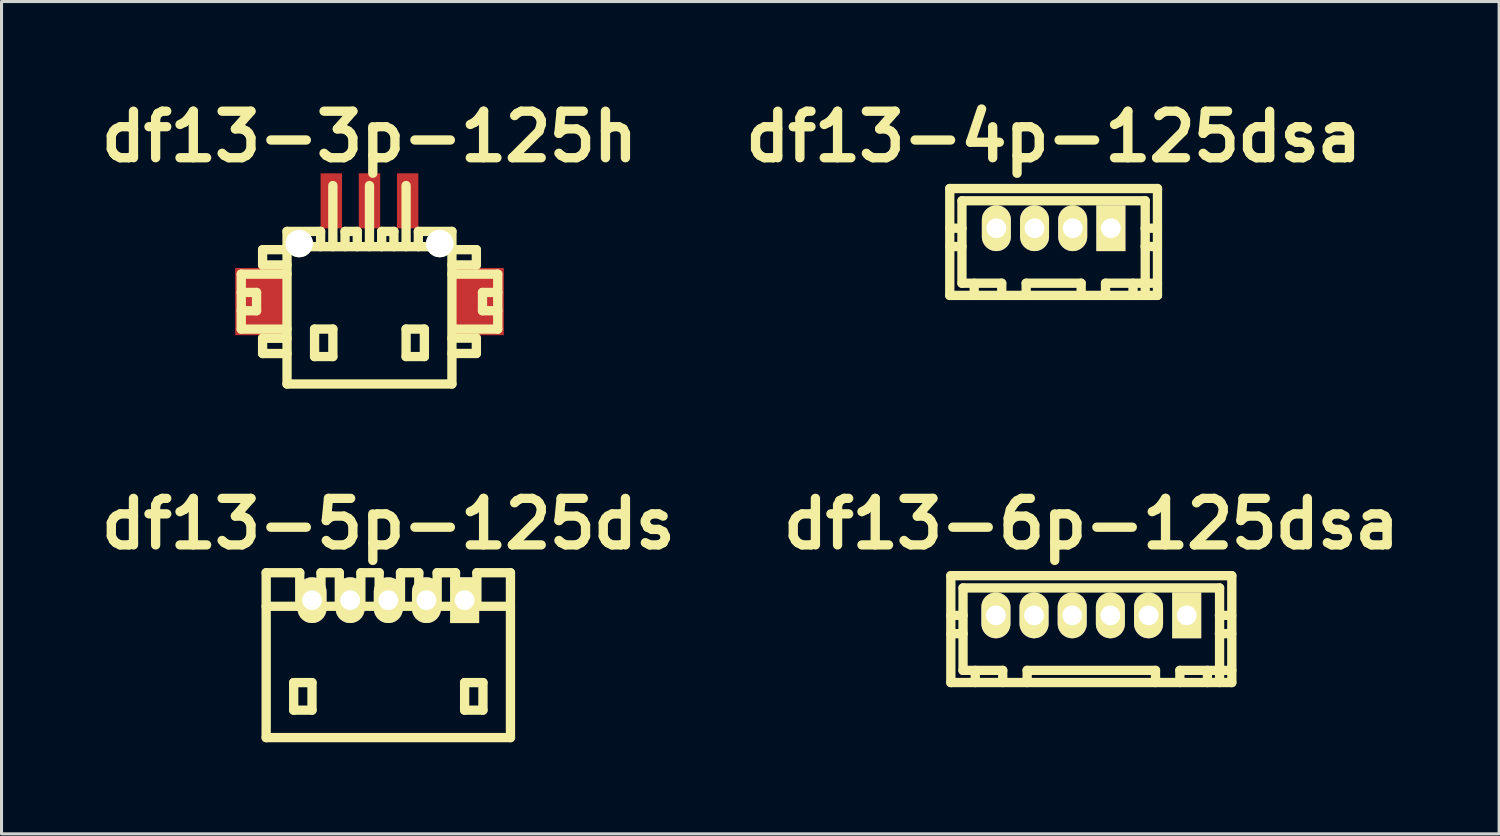
<source format=kicad_pcb>
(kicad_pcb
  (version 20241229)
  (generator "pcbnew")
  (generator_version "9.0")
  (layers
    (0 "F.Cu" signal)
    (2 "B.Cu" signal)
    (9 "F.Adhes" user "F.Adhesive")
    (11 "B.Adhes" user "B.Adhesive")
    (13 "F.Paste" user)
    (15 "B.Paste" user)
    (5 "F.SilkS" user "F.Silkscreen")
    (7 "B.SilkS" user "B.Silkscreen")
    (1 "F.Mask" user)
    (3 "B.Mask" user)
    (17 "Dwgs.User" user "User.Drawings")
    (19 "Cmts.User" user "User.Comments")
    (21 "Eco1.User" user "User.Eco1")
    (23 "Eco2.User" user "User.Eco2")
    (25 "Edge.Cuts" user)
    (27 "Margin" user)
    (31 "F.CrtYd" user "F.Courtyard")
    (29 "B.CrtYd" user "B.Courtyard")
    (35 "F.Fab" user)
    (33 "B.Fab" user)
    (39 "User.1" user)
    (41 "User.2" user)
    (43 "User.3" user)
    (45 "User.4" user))
  (footprint "df13-5p-125ds"
    (layer "F.Cu")
    (at 9.667 18.406)
    (property "Reference" "df13-5p-125ds" (at 0 -4.3 0) (layer "F.SilkS") (effects (font (size 1.524 1.524) (thickness 0.305))))
    (attr through_hole)
    (fp_line (start -4 2.7) (end -4 -2.7) (stroke (width 0.305) (type solid)) (layer "F.SilkS"))
    (fp_line (start -4 2.7) (end 4 2.7) (stroke (width 0.305) (type solid)) (layer "F.SilkS"))
    (fp_line (start -3.099 0.899) (end -3.099 1.801) (stroke (width 0.305) (type solid)) (layer "F.SilkS"))
    (fp_line (start -3.099 1.801) (end -2.499 1.801) (stroke (width 0.305) (type solid)) (layer "F.SilkS"))
    (fp_line (start -2.901 -2.7) (end -4 -2.7) (stroke (width 0.305) (type solid)) (layer "F.SilkS"))
    (fp_line (start -2.901 -1.6) (end -2.901 -2.7) (stroke (width 0.305) (type solid)) (layer "F.SilkS"))
    (fp_line (start -2.499 0.899) (end -3.099 0.899) (stroke (width 0.305) (type solid)) (layer "F.SilkS"))
    (fp_line (start -2.499 1.801) (end -2.499 0.899) (stroke (width 0.305) (type solid)) (layer "F.SilkS"))
    (fp_line (start -2.205 -1.6) (end -2.205 -2.7) (stroke (width 0.305) (type solid)) (layer "F.SilkS"))
    (fp_line (start -1.605 -2.7) (end -2.205 -2.7) (stroke (width 0.305) (type solid)) (layer "F.SilkS"))
    (fp_line (start -1.605 -1.6) (end -1.605 -2.7) (stroke (width 0.305) (type solid)) (layer "F.SilkS"))
    (fp_line (start -0.899 -2.7) (end -0.3 -2.7) (stroke (width 0.305) (type solid)) (layer "F.SilkS"))
    (fp_line (start -0.899 -1.6) (end -0.899 -2.7) (stroke (width 0.305) (type solid)) (layer "F.SilkS"))
    (fp_line (start -0.3 -2.7) (end -0.3 -1.6) (stroke (width 0.305) (type solid)) (layer "F.SilkS"))
    (fp_line (start 0.399 -2.7) (end 0.998 -2.7) (stroke (width 0.305) (type solid)) (layer "F.SilkS"))
    (fp_line (start 0.399 -1.6) (end 0.399 -2.7) (stroke (width 0.305) (type solid)) (layer "F.SilkS"))
    (fp_line (start 0.998 -2.7) (end 0.998 -1.6) (stroke (width 0.305) (type solid)) (layer "F.SilkS"))
    (fp_line (start 1.6 -2.7) (end 2.2 -2.7) (stroke (width 0.305) (type solid)) (layer "F.SilkS"))
    (fp_line (start 1.6 -1.6) (end 1.6 -2.7) (stroke (width 0.305) (type solid)) (layer "F.SilkS"))
    (fp_line (start 2.2 -2.7) (end 2.2 -1.6) (stroke (width 0.305) (type solid)) (layer "F.SilkS"))
    (fp_line (start 2.499 0.899) (end 3.099 0.899) (stroke (width 0.305) (type solid)) (layer "F.SilkS"))
    (fp_line (start 2.499 1.801) (end 2.499 0.899) (stroke (width 0.305) (type solid)) (layer "F.SilkS"))
    (fp_line (start 2.901 -1.6) (end 2.901 -2.7) (stroke (width 0.305) (type solid)) (layer "F.SilkS"))
    (fp_line (start 3.099 0.899) (end 3.099 1.801) (stroke (width 0.305) (type solid)) (layer "F.SilkS"))
    (fp_line (start 3.099 1.801) (end 2.499 1.801) (stroke (width 0.305) (type solid)) (layer "F.SilkS"))
    (fp_line (start 4 -2.7) (end 2.901 -2.7) (stroke (width 0.305) (type solid)) (layer "F.SilkS"))
    (fp_line (start 4 -1.6) (end -4 -1.6) (stroke (width 0.305) (type solid)) (layer "F.SilkS"))
    (fp_line (start 4 2.7) (end 4 -2.7) (stroke (width 0.305) (type solid)) (layer "F.SilkS"))
    (pad "1" thru_hole rect (at 2.499 -1.801) (size 0.95 1.499) (drill 0.648) (layers "*.Cu" "*.Mask" "F.SilkS"))
    (pad "2" thru_hole oval (at 1.25 -1.801) (size 0.95 1.499) (drill 0.648) (layers "*.Cu" "*.Mask" "F.SilkS"))
    (pad "3" thru_hole oval (at 0 -1.801) (size 0.95 1.499) (drill 0.648) (layers "*.Cu" "*.Mask" "F.SilkS"))
    (pad "4" thru_hole oval (at -1.25 -1.801) (size 0.95 1.499) (drill 0.648) (layers "*.Cu" "*.Mask" "F.SilkS"))
    (pad "5" thru_hole oval (at -2.499 -1.801) (size 0.95 1.499) (drill 0.648) (layers "*.Cu" "*.Mask" "F.SilkS")))
  (footprint "df13-6p-125dsa"
    (layer "F.Cu")
    (at 32.689 17.103)
    (property "Reference" "df13-6p-125dsa" (at 0 -2.997 0) (layer "F.SilkS") (effects (font (size 1.524 1.524) (thickness 0.305))))
    (attr through_hole)
    (fp_line (start -4.6 2.2) (end -4.6 -1.3) (stroke (width 0.305) (type solid)) (layer "F.SilkS"))
    (fp_line (start -4.201 -0.899) (end -4.201 1.801) (stroke (width 0.305) (type solid)) (layer "F.SilkS"))
    (fp_line (start -4.201 -0.899) (end 4.201 -0.899) (stroke (width 0.305) (type solid)) (layer "F.SilkS"))
    (fp_line (start -4.199 0) (end -4.6 0) (stroke (width 0.305) (type solid)) (layer "F.SilkS"))
    (fp_line (start -4.199 0.599) (end -4.6 0.599) (stroke (width 0.305) (type solid)) (layer "F.SilkS"))
    (fp_line (start -3.8 1.801) (end -3.8 2.2) (stroke (width 0.305) (type solid)) (layer "F.SilkS"))
    (fp_line (start -3.2 -0.099) (end -3 -0.099) (stroke (width 0.305) (type solid)) (layer "F.SilkS"))
    (fp_line (start -3.2 0.099) (end -3.2 -0.099) (stroke (width 0.305) (type solid)) (layer "F.SilkS"))
    (fp_line (start -3 -0.099) (end -3 0.099) (stroke (width 0.305) (type solid)) (layer "F.SilkS"))
    (fp_line (start -3 0.099) (end -3.2 0.099) (stroke (width 0.305) (type solid)) (layer "F.SilkS"))
    (fp_line (start -2.901 1.801) (end -4.201 1.801) (stroke (width 0.305) (type solid)) (layer "F.SilkS"))
    (fp_line (start -2.901 1.801) (end -2.901 2.2) (stroke (width 0.305) (type solid)) (layer "F.SilkS"))
    (fp_line (start -2.101 2.2) (end -2.101 1.801) (stroke (width 0.305) (type solid)) (layer "F.SilkS"))
    (fp_line (start -1.999 -0.099) (end -1.801 -0.099) (stroke (width 0.305) (type solid)) (layer "F.SilkS"))
    (fp_line (start -1.999 0.099) (end -1.999 -0.099) (stroke (width 0.305) (type solid)) (layer "F.SilkS"))
    (fp_line (start -1.801 -0.099) (end -1.801 0.099) (stroke (width 0.305) (type solid)) (layer "F.SilkS"))
    (fp_line (start -1.801 0.099) (end -1.999 0.099) (stroke (width 0.305) (type solid)) (layer "F.SilkS"))
    (fp_line (start -0.701 -0.099) (end -0.701 0.099) (stroke (width 0.305) (type solid)) (layer "F.SilkS"))
    (fp_line (start -0.701 0.099) (end -0.5 0.099) (stroke (width 0.305) (type solid)) (layer "F.SilkS"))
    (fp_line (start -0.5 -0.099) (end -0.701 -0.099) (stroke (width 0.305) (type solid)) (layer "F.SilkS"))
    (fp_line (start -0.5 0.099) (end -0.5 -0.099) (stroke (width 0.305) (type solid)) (layer "F.SilkS"))
    (fp_line (start 0.5 -0.099) (end 0.701 -0.099) (stroke (width 0.305) (type solid)) (layer "F.SilkS"))
    (fp_line (start 0.5 0.099) (end 0.5 -0.099) (stroke (width 0.305) (type solid)) (layer "F.SilkS"))
    (fp_line (start 0.701 -0.099) (end 0.701 0.099) (stroke (width 0.305) (type solid)) (layer "F.SilkS"))
    (fp_line (start 0.701 0.099) (end 0.5 0.099) (stroke (width 0.305) (type solid)) (layer "F.SilkS"))
    (fp_line (start 1.801 -0.099) (end 1.801 0.099) (stroke (width 0.305) (type solid)) (layer "F.SilkS"))
    (fp_line (start 1.801 0.099) (end 1.999 0.099) (stroke (width 0.305) (type solid)) (layer "F.SilkS"))
    (fp_line (start 1.999 -0.099) (end 1.801 -0.099) (stroke (width 0.305) (type solid)) (layer "F.SilkS"))
    (fp_line (start 1.999 0.099) (end 1.999 -0.099) (stroke (width 0.305) (type solid)) (layer "F.SilkS"))
    (fp_line (start 2.101 1.801) (end -2.101 1.801) (stroke (width 0.305) (type solid)) (layer "F.SilkS"))
    (fp_line (start 2.103 2.2) (end 2.103 1.801) (stroke (width 0.305) (type solid)) (layer "F.SilkS"))
    (fp_line (start 2.901 1.801) (end 2.901 2.2) (stroke (width 0.305) (type solid)) (layer "F.SilkS"))
    (fp_line (start 2.901 1.801) (end 4.602 1.801) (stroke (width 0.305) (type solid)) (layer "F.SilkS"))
    (fp_line (start 3 -0.099) (end 3.2 -0.099) (stroke (width 0.305) (type solid)) (layer "F.SilkS"))
    (fp_line (start 3 0.099) (end 3 -0.099) (stroke (width 0.305) (type solid)) (layer "F.SilkS"))
    (fp_line (start 3.2 -0.099) (end 3.2 0.099) (stroke (width 0.305) (type solid)) (layer "F.SilkS"))
    (fp_line (start 3.2 0.099) (end 3 0.099) (stroke (width 0.305) (type solid)) (layer "F.SilkS"))
    (fp_line (start 3.802 1.801) (end 3.802 2.2) (stroke (width 0.305) (type solid)) (layer "F.SilkS"))
    (fp_line (start 4.196 0) (end 4.597 0) (stroke (width 0.305) (type solid)) (layer "F.SilkS"))
    (fp_line (start 4.201 -0.899) (end 4.201 2.2) (stroke (width 0.305) (type solid)) (layer "F.SilkS"))
    (fp_line (start 4.597 0.599) (end 4.196 0.599) (stroke (width 0.305) (type solid)) (layer "F.SilkS"))
    (fp_line (start 4.6 -1.3) (end -4.6 -1.3) (stroke (width 0.305) (type solid)) (layer "F.SilkS"))
    (fp_line (start 4.6 2.2) (end -4.6 2.2) (stroke (width 0.305) (type solid)) (layer "F.SilkS"))
    (fp_line (start 4.602 -1.3) (end 4.602 2.2) (stroke (width 0.305) (type solid)) (layer "F.SilkS"))
    (pad "1" thru_hole rect (at 3.124 0) (size 0.95 1.499) (drill 0.648) (layers "*.Cu" "*.Mask" "F.SilkS"))
    (pad "2" thru_hole oval (at 1.875 0) (size 0.95 1.499) (drill 0.648) (layers "*.Cu" "*.Mask" "F.SilkS"))
    (pad "3" thru_hole oval (at 0.625 0) (size 0.95 1.499) (drill 0.648) (layers "*.Cu" "*.Mask" "F.SilkS"))
    (pad "4" thru_hole oval (at -0.625 0) (size 0.95 1.499) (drill 0.648) (layers "*.Cu" "*.Mask" "F.SilkS"))
    (pad "5" thru_hole oval (at -1.875 0) (size 0.95 1.499) (drill 0.648) (layers "*.Cu" "*.Mask" "F.SilkS"))
    (pad "6" thru_hole oval (at -3.124 0) (size 0.95 1.499) (drill 0.648) (layers "*.Cu" "*.Mask" "F.SilkS")))
  (footprint "df13-3p-125h"
    (layer "F.Cu")
    (at 9.05 7.027)
    (property "Reference" "df13-3p-125h" (at 0 -5.601 0) (layer "F.SilkS") (effects (font (size 1.524 1.524) (thickness 0.305))))
    (attr through_hole)
    (fp_line (start -4.199 -1.1) (end -4.199 0.701) (stroke (width 0.305) (type solid)) (layer "F.SilkS"))
    (fp_line (start -4.199 0.701) (end -2.7 0.701) (stroke (width 0.305) (type solid)) (layer "F.SilkS"))
    (fp_line (start -3.698 -0.5) (end -4.199 -0.5) (stroke (width 0.305) (type solid)) (layer "F.SilkS"))
    (fp_line (start -3.698 0.099) (end -4.199 0.099) (stroke (width 0.305) (type solid)) (layer "F.SilkS"))
    (fp_line (start -3.698 0.099) (end -3.698 -0.5) (stroke (width 0.305) (type solid)) (layer "F.SilkS"))
    (fp_line (start -3.5 -1.9) (end -3.5 -1.4) (stroke (width 0.305) (type solid)) (layer "F.SilkS"))
    (fp_line (start -3.5 -1.9) (end -2.7 -1.9) (stroke (width 0.305) (type solid)) (layer "F.SilkS"))
    (fp_line (start -3.5 1.001) (end -3.5 1.501) (stroke (width 0.305) (type solid)) (layer "F.SilkS"))
    (fp_line (start -3.5 1.501) (end -2.7 1.501) (stroke (width 0.305) (type solid)) (layer "F.SilkS"))
    (fp_line (start -2.7 -1.999) (end 2.7 -1.999) (stroke (width 0.305) (type solid)) (layer "F.SilkS"))
    (fp_line (start -2.7 -1.4) (end -3.5 -1.4) (stroke (width 0.305) (type solid)) (layer "F.SilkS"))
    (fp_line (start -2.7 -1.1) (end -4.199 -1.1) (stroke (width 0.305) (type solid)) (layer "F.SilkS"))
    (fp_line (start -2.7 1.001) (end -3.5 1.001) (stroke (width 0.305) (type solid)) (layer "F.SilkS"))
    (fp_line (start -2.7 2.499) (end -2.7 -2.499) (stroke (width 0.305) (type solid)) (layer "F.SilkS"))
    (fp_line (start -2.7 2.499) (end 2.7 2.499) (stroke (width 0.305) (type solid)) (layer "F.SilkS"))
    (fp_line (start -1.798 0.699) (end -1.798 1.6) (stroke (width 0.305) (type solid)) (layer "F.SilkS"))
    (fp_line (start -1.798 1.6) (end -1.199 1.6) (stroke (width 0.305) (type solid)) (layer "F.SilkS"))
    (fp_line (start -1.6 -2.499) (end -2.7 -2.499) (stroke (width 0.305) (type solid)) (layer "F.SilkS"))
    (fp_line (start -1.6 -2.499) (end -1.6 -1.999) (stroke (width 0.305) (type solid)) (layer "F.SilkS"))
    (fp_line (start -1.199 -4) (end -1.199 -1.999) (stroke (width 0.305) (type solid)) (layer "F.SilkS"))
    (fp_line (start -1.199 0.699) (end -1.798 0.699) (stroke (width 0.305) (type solid)) (layer "F.SilkS"))
    (fp_line (start -1.199 1.6) (end -1.199 0.699) (stroke (width 0.305) (type solid)) (layer "F.SilkS"))
    (fp_line (start -0.8 -2.499) (end -0.399 -2.499) (stroke (width 0.305) (type solid)) (layer "F.SilkS"))
    (fp_line (start -0.8 -1.999) (end -0.8 -2.499) (stroke (width 0.305) (type solid)) (layer "F.SilkS"))
    (fp_line (start -0.399 -2.499) (end -0.399 -1.999) (stroke (width 0.305) (type solid)) (layer "F.SilkS"))
    (fp_line (start 0 -1.999) (end 0 -4) (stroke (width 0.305) (type solid)) (layer "F.SilkS"))
    (fp_line (start 0.399 -2.499) (end 0.399 -1.999) (stroke (width 0.305) (type solid)) (layer "F.SilkS"))
    (fp_line (start 0.8 -2.499) (end 0.399 -2.499) (stroke (width 0.305) (type solid)) (layer "F.SilkS"))
    (fp_line (start 0.8 -2.499) (end 0.8 -1.999) (stroke (width 0.305) (type solid)) (layer "F.SilkS"))
    (fp_line (start 1.199 -1.999) (end 1.199 -4) (stroke (width 0.305) (type solid)) (layer "F.SilkS"))
    (fp_line (start 1.199 0.699) (end 1.798 0.699) (stroke (width 0.305) (type solid)) (layer "F.SilkS"))
    (fp_line (start 1.199 1.6) (end 1.199 0.699) (stroke (width 0.305) (type solid)) (layer "F.SilkS"))
    (fp_line (start 1.6 -2.499) (end 1.6 -1.999) (stroke (width 0.305) (type solid)) (layer "F.SilkS"))
    (fp_line (start 1.798 0.699) (end 1.798 1.6) (stroke (width 0.305) (type solid)) (layer "F.SilkS"))
    (fp_line (start 1.798 1.6) (end 1.199 1.6) (stroke (width 0.305) (type solid)) (layer "F.SilkS"))
    (fp_line (start 2.7 -2.499) (end 1.6 -2.499) (stroke (width 0.305) (type solid)) (layer "F.SilkS"))
    (fp_line (start 2.7 -2.499) (end 2.7 2.499) (stroke (width 0.305) (type solid)) (layer "F.SilkS"))
    (fp_line (start 2.7 -1.9) (end 3.5 -1.9) (stroke (width 0.305) (type solid)) (layer "F.SilkS"))
    (fp_line (start 2.7 0.998) (end 3.5 0.998) (stroke (width 0.305) (type solid)) (layer "F.SilkS"))
    (fp_line (start 3.5 -1.9) (end 3.5 -1.4) (stroke (width 0.305) (type solid)) (layer "F.SilkS"))
    (fp_line (start 3.5 -1.4) (end 2.7 -1.4) (stroke (width 0.305) (type solid)) (layer "F.SilkS"))
    (fp_line (start 3.5 0.998) (end 3.5 1.499) (stroke (width 0.305) (type solid)) (layer "F.SilkS"))
    (fp_line (start 3.5 1.499) (end 2.7 1.499) (stroke (width 0.305) (type solid)) (layer "F.SilkS"))
    (fp_line (start 3.701 0.099) (end 3.701 -0.5) (stroke (width 0.305) (type solid)) (layer "F.SilkS"))
    (fp_line (start 4.199 -1.1) (end 2.7 -1.1) (stroke (width 0.305) (type solid)) (layer "F.SilkS"))
    (fp_line (start 4.199 0.701) (end 2.799 0.701) (stroke (width 0.305) (type solid)) (layer "F.SilkS"))
    (fp_line (start 4.201 -1.1) (end 4.201 0.701) (stroke (width 0.305) (type solid)) (layer "F.SilkS"))
    (fp_line (start 4.201 -0.5) (end 3.701 -0.5) (stroke (width 0.305) (type solid)) (layer "F.SilkS"))
    (fp_line (start 4.201 0.099) (end 3.701 0.099) (stroke (width 0.305) (type solid)) (layer "F.SilkS"))
    (pad "" smd rect (at -3.599 -0.201) (size 1.6 2.2) (layers "F.Cu" "F.Mask" "F.Paste"))
    (pad "" np_thru_hole circle (at -2.301 -2.101) (size 0.899 0.899) (drill 0.899) (layers "*.Cu" "*.Mask" "F.SilkS"))
    (pad "" np_thru_hole circle (at 2.301 -2.101) (size 0.899 0.899) (drill 0.899) (layers "*.Cu" "*.Mask" "F.SilkS"))
    (pad "" smd rect (at 3.599 -0.201) (size 1.6 2.2) (layers "F.Cu" "F.Mask" "F.Paste"))
    (pad "1" smd rect (at 1.25 -3.5) (size 0.701 1.801) (layers "F.Cu" "F.Mask" "F.Paste"))
    (pad "2" smd rect (at 0 -3.5) (size 0.701 1.801) (layers "F.Cu" "F.Mask" "F.Paste"))
    (pad "3" smd rect (at -1.25 -3.5) (size 0.701 1.801) (layers "F.Cu" "F.Mask" "F.Paste")))
  (footprint "df13-4p-125dsa"
    (layer "F.Cu")
    (at 31.455 4.424)
    (property "Reference" "df13-4p-125dsa" (at 0 -2.997 0) (layer "F.SilkS") (effects (font (size 1.524 1.524) (thickness 0.305))))
    (attr through_hole)
    (fp_line (start -3.401 -1.3) (end 3.401 -1.3) (stroke (width 0.305) (type solid)) (layer "F.SilkS"))
    (fp_line (start -3.401 2.2) (end -3.401 -1.3) (stroke (width 0.305) (type solid)) (layer "F.SilkS"))
    (fp_line (start -3.002 -0.899) (end -3.002 1.801) (stroke (width 0.305) (type solid)) (layer "F.SilkS"))
    (fp_line (start -3 0) (end -3.401 0) (stroke (width 0.305) (type solid)) (layer "F.SilkS"))
    (fp_line (start -3 0.599) (end -3.401 0.599) (stroke (width 0.305) (type solid)) (layer "F.SilkS"))
    (fp_line (start -2.601 1.801) (end -2.601 2.2) (stroke (width 0.305) (type solid)) (layer "F.SilkS"))
    (fp_line (start -1.999 -0.099) (end -1.801 -0.099) (stroke (width 0.305) (type solid)) (layer "F.SilkS"))
    (fp_line (start -1.999 0.099) (end -1.999 -0.099) (stroke (width 0.305) (type solid)) (layer "F.SilkS"))
    (fp_line (start -1.801 -0.099) (end -1.801 0.099) (stroke (width 0.305) (type solid)) (layer "F.SilkS"))
    (fp_line (start -1.801 0.099) (end -1.999 0.099) (stroke (width 0.305) (type solid)) (layer "F.SilkS"))
    (fp_line (start -1.702 1.801) (end -3.002 1.801) (stroke (width 0.305) (type solid)) (layer "F.SilkS"))
    (fp_line (start -1.699 1.801) (end -1.699 2.2) (stroke (width 0.305) (type solid)) (layer "F.SilkS"))
    (fp_line (start -0.899 1.801) (end 0.899 1.801) (stroke (width 0.305) (type solid)) (layer "F.SilkS"))
    (fp_line (start -0.899 2.2) (end -0.899 1.801) (stroke (width 0.305) (type solid)) (layer "F.SilkS"))
    (fp_line (start -0.701 -0.099) (end -0.5 -0.099) (stroke (width 0.305) (type solid)) (layer "F.SilkS"))
    (fp_line (start -0.701 0.099) (end -0.701 -0.099) (stroke (width 0.305) (type solid)) (layer "F.SilkS"))
    (fp_line (start -0.5 -0.099) (end -0.5 0.099) (stroke (width 0.305) (type solid)) (layer "F.SilkS"))
    (fp_line (start -0.5 0.099) (end -0.701 0.099) (stroke (width 0.305) (type solid)) (layer "F.SilkS"))
    (fp_line (start 0.5 -0.099) (end 0.5 0.099) (stroke (width 0.305) (type solid)) (layer "F.SilkS"))
    (fp_line (start 0.5 0.099) (end 0.701 0.099) (stroke (width 0.305) (type solid)) (layer "F.SilkS"))
    (fp_line (start 0.701 -0.099) (end 0.5 -0.099) (stroke (width 0.305) (type solid)) (layer "F.SilkS"))
    (fp_line (start 0.701 0.099) (end 0.701 -0.099) (stroke (width 0.305) (type solid)) (layer "F.SilkS"))
    (fp_line (start 0.902 2.2) (end 0.902 1.801) (stroke (width 0.305) (type solid)) (layer "F.SilkS"))
    (fp_line (start 1.699 1.801) (end 1.699 2.2) (stroke (width 0.305) (type solid)) (layer "F.SilkS"))
    (fp_line (start 1.699 1.801) (end 3.401 1.801) (stroke (width 0.305) (type solid)) (layer "F.SilkS"))
    (fp_line (start 1.801 -0.099) (end 1.801 0.099) (stroke (width 0.305) (type solid)) (layer "F.SilkS"))
    (fp_line (start 1.801 0.099) (end 1.999 0.099) (stroke (width 0.305) (type solid)) (layer "F.SilkS"))
    (fp_line (start 1.999 -0.099) (end 1.801 -0.099) (stroke (width 0.305) (type solid)) (layer "F.SilkS"))
    (fp_line (start 1.999 0.099) (end 1.999 -0.099) (stroke (width 0.305) (type solid)) (layer "F.SilkS"))
    (fp_line (start 2.601 1.801) (end 2.601 2.2) (stroke (width 0.305) (type solid)) (layer "F.SilkS"))
    (fp_line (start 2.997 0) (end 3.399 0) (stroke (width 0.305) (type solid)) (layer "F.SilkS"))
    (fp_line (start 3 -0.899) (end -3 -0.899) (stroke (width 0.305) (type solid)) (layer "F.SilkS"))
    (fp_line (start 3 -0.899) (end 3 2.2) (stroke (width 0.305) (type solid)) (layer "F.SilkS"))
    (fp_line (start 3.399 0.599) (end 2.997 0.599) (stroke (width 0.305) (type solid)) (layer "F.SilkS"))
    (fp_line (start 3.401 -1.3) (end 3.401 2.2) (stroke (width 0.305) (type solid)) (layer "F.SilkS"))
    (fp_line (start 3.401 2.2) (end -3.401 2.2) (stroke (width 0.305) (type solid)) (layer "F.SilkS"))
    (pad "1" thru_hole rect (at 1.875 0) (size 0.95 1.499) (drill 0.648) (layers "*.Cu" "*.Mask" "F.SilkS"))
    (pad "2" thru_hole oval (at 0.625 0) (size 0.95 1.499) (drill 0.648) (layers "*.Cu" "*.Mask" "F.SilkS"))
    (pad "3" thru_hole oval (at -0.625 0) (size 0.95 1.499) (drill 0.648) (layers "*.Cu" "*.Mask" "F.SilkS"))
    (pad "4" thru_hole oval (at -1.875 0) (size 0.95 1.499) (drill 0.648) (layers "*.Cu" "*.Mask" "F.SilkS")))
  (gr_rect
    (start -3 -3)
    (end 46.045 24.258)
    (stroke (width 0.1) (type default))
    (fill no)
    (layer "Edge.Cuts")))
</source>
